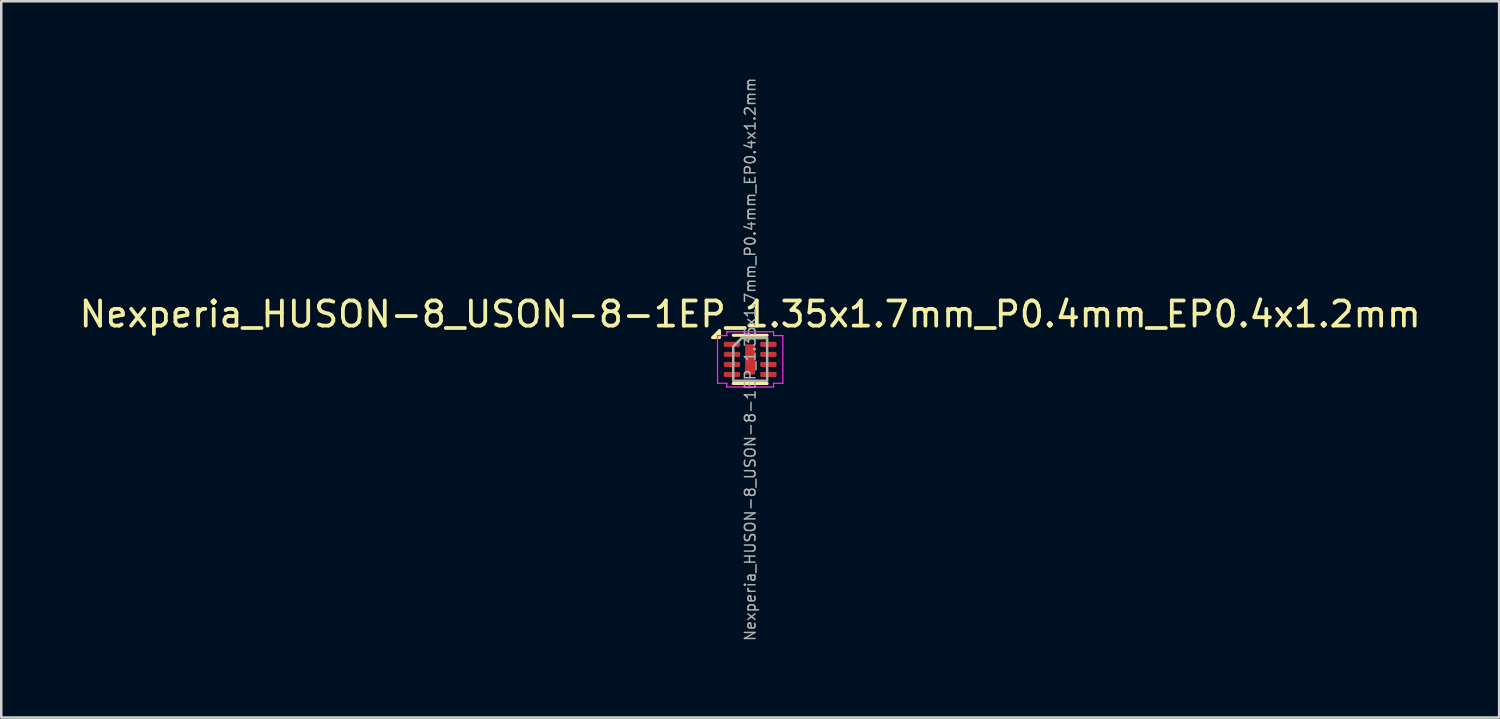
<source format=kicad_pcb>
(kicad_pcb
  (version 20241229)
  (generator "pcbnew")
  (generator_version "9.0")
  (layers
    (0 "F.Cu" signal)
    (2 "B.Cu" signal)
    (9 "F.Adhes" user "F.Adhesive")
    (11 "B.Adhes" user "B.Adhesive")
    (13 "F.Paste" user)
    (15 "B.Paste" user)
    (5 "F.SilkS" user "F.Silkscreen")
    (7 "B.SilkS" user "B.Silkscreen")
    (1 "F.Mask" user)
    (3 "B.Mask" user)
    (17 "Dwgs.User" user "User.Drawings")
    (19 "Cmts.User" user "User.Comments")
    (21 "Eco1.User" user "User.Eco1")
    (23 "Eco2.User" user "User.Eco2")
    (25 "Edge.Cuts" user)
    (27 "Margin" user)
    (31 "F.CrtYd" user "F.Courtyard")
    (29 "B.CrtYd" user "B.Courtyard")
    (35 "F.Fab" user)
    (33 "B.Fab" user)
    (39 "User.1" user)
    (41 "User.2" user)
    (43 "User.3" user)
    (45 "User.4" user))
  (footprint "Nexperia_HUSON-8_USON-8-1EP_1.35x1.7mm_P0.4mm_EP0.4x1.2mm"
    (layer "F.Cu")
    (at 26.815 11.258)
    (property "Reference" "Nexperia_HUSON-8_USON-8-1EP_1.35x1.7mm_P0.4mm_EP0.4x1.2mm" (at 0 -1.8 0) (layer "F.SilkS") (effects (font (size 1 1) (thickness 0.15))))
    (attr smd)
    (fp_line (start -0.675 -0.96) (end 0.675 -0.96) (stroke (width 0.12) (type solid)) (layer "F.SilkS"))
    (fp_line (start -0.675 0.96) (end 0.675 0.96) (stroke (width 0.12) (type solid)) (layer "F.SilkS"))
    (fp_poly (pts (xy -1.22 -0.87) (xy -1.5 -0.87) (xy -1.22 -1.15)) (stroke (width 0.12) (type solid)) (fill yes) (layer "F.SilkS"))
    (fp_line (start -1.3 -0.95) (end -0.93 -0.95) (stroke (width 0.05) (type solid)) (layer "F.CrtYd"))
    (fp_line (start -1.3 0.95) (end -1.3 -0.95) (stroke (width 0.05) (type solid)) (layer "F.CrtYd"))
    (fp_line (start -0.93 -1.1) (end 0.93 -1.1) (stroke (width 0.05) (type solid)) (layer "F.CrtYd"))
    (fp_line (start -0.93 -0.95) (end -0.93 -1.1) (stroke (width 0.05) (type solid)) (layer "F.CrtYd"))
    (fp_line (start -0.93 0.95) (end -1.3 0.95) (stroke (width 0.05) (type solid)) (layer "F.CrtYd"))
    (fp_line (start -0.93 1.1) (end -0.93 0.95) (stroke (width 0.05) (type solid)) (layer "F.CrtYd"))
    (fp_line (start 0.93 -1.1) (end 0.93 -0.95) (stroke (width 0.05) (type solid)) (layer "F.CrtYd"))
    (fp_line (start 0.93 -0.95) (end 1.3 -0.95) (stroke (width 0.05) (type solid)) (layer "F.CrtYd"))
    (fp_line (start 0.93 0.95) (end 0.93 1.1) (stroke (width 0.05) (type solid)) (layer "F.CrtYd"))
    (fp_line (start 0.93 1.1) (end -0.93 1.1) (stroke (width 0.05) (type solid)) (layer "F.CrtYd"))
    (fp_line (start 1.3 -0.95) (end 1.3 0.95) (stroke (width 0.05) (type solid)) (layer "F.CrtYd"))
    (fp_line (start 1.3 0.95) (end 0.93 0.95) (stroke (width 0.05) (type solid)) (layer "F.CrtYd"))
    (fp_poly (pts (xy -0.675 -0.512) (xy -0.675 0.85) (xy 0.675 0.85) (xy 0.675 -0.85) (xy -0.338 -0.85)) (stroke (width 0.1) (type solid)) (fill no) (layer "F.Fab"))
    (fp_text user "${REFERENCE}" (at 0 0 90) (layer "F.Fab") (effects (font (size 0.42 0.42) (thickness 0.06))))
    (pad "" smd roundrect (at 0 0) (size 0.32 0.97) (layers "F.Paste") (roundrect_rratio 0.25))
    (pad "1" smd roundrect (at -0.725 -0.6) (size 0.65 0.2) (layers "F.Cu" "F.Mask" "F.Paste") (roundrect_rratio 0.25))
    (pad "2" smd roundrect (at -0.725 -0.2) (size 0.65 0.2) (layers "F.Cu" "F.Mask" "F.Paste") (roundrect_rratio 0.25))
    (pad "3" smd roundrect (at -0.725 0.2) (size 0.65 0.2) (layers "F.Cu" "F.Mask" "F.Paste") (roundrect_rratio 0.25))
    (pad "4" smd roundrect (at -0.725 0.6) (size 0.65 0.2) (layers "F.Cu" "F.Mask" "F.Paste") (roundrect_rratio 0.25))
    (pad "5" smd roundrect (at 0.725 0.6) (size 0.65 0.2) (layers "F.Cu" "F.Mask" "F.Paste") (roundrect_rratio 0.25))
    (pad "6" smd roundrect (at 0.725 0.2) (size 0.65 0.2) (layers "F.Cu" "F.Mask" "F.Paste") (roundrect_rratio 0.25))
    (pad "7" smd roundrect (at 0.725 -0.2) (size 0.65 0.2) (layers "F.Cu" "F.Mask" "F.Paste") (roundrect_rratio 0.25))
    (pad "8" smd roundrect (at 0.725 -0.6) (size 0.65 0.2) (layers "F.Cu" "F.Mask" "F.Paste") (roundrect_rratio 0.25))
    (pad "9" smd rect (at 0 0) (size 0.4 1.2) (property pad_prop_heatsink) (layers "F.Cu" "F.Mask")))
  (gr_rect
    (start -3 -3)
    (end 56.631 25.516)
    (stroke (width 0.1) (type default))
    (fill no)
    (layer "Edge.Cuts")))
</source>
